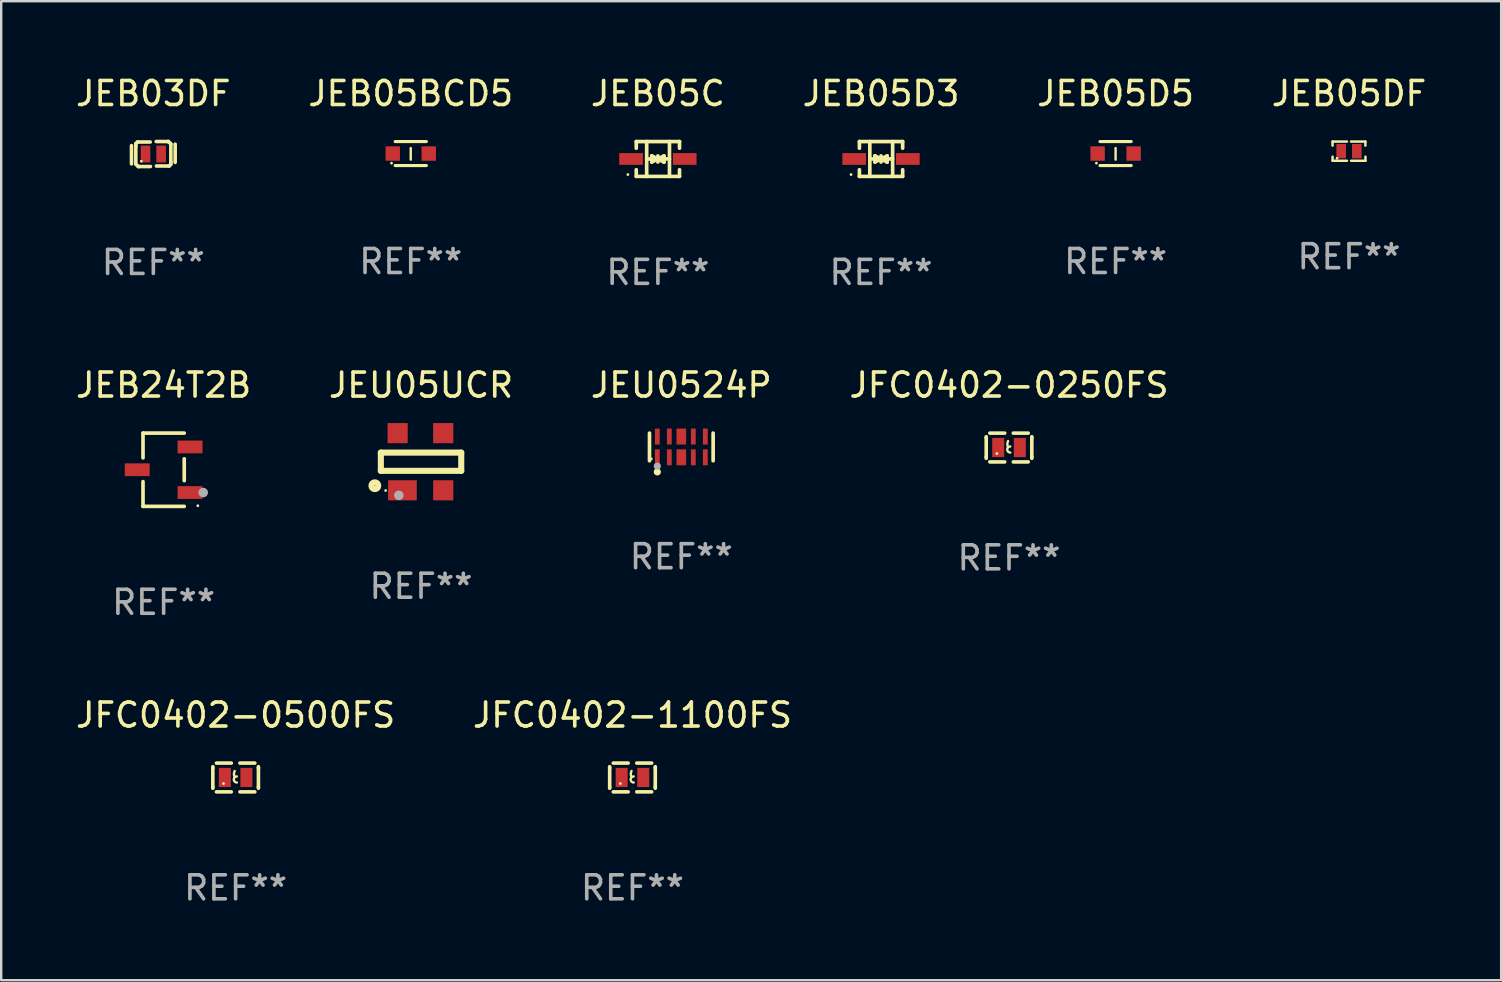
<source format=kicad_pcb>
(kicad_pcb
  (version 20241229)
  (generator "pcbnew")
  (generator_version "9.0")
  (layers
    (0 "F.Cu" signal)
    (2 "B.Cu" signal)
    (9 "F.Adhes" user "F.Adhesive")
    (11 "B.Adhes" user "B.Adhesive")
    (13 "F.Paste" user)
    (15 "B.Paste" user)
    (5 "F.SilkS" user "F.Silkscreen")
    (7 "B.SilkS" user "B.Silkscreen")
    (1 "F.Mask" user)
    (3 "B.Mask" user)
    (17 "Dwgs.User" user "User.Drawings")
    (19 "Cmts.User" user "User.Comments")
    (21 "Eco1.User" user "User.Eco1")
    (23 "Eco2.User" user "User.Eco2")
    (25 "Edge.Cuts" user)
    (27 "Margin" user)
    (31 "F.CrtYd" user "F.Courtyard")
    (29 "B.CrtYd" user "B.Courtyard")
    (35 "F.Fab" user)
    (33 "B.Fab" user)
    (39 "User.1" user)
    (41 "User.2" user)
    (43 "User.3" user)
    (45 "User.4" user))
  (footprint "JFC0402-0250FS"
    (layer "F.Cu")
    (at 38.994 15.597)
    (property "Reference" "JFC0402-0250FS" (at 0 -2.6 0) (layer "F.SilkS") (effects (font (size 1 1) (thickness 0.15))))
    (attr through_hole)
    (fp_line (start -0.95 -0.45) (end -0.95 -0.4) (stroke (width 0.15) (type solid)) (layer "F.SilkS"))
    (fp_line (start -0.95 -0.4) (end -0.95 0.4) (stroke (width 0.15) (type solid)) (layer "F.SilkS"))
    (fp_line (start -0.95 0.45) (end -0.95 0.4) (stroke (width 0.15) (type solid)) (layer "F.SilkS"))
    (fp_line (start -0.18 -0.6) (end -0.8 -0.6) (stroke (width 0.15) (type solid)) (layer "F.SilkS"))
    (fp_line (start -0.18 0.6) (end -0.8 0.6) (stroke (width 0.15) (type solid)) (layer "F.SilkS"))
    (fp_line (start 0.18 -0.6) (end 0.8 -0.6) (stroke (width 0.15) (type solid)) (layer "F.SilkS"))
    (fp_line (start 0.18 0.6) (end 0.8 0.6) (stroke (width 0.15) (type solid)) (layer "F.SilkS"))
    (fp_line (start 0.95 -0.45) (end 0.95 -0.4) (stroke (width 0.15) (type solid)) (layer "F.SilkS"))
    (fp_line (start 0.95 -0.4) (end 0.95 0.4) (stroke (width 0.15) (type solid)) (layer "F.SilkS"))
    (fp_line (start 0.95 0.45) (end 0.95 0.4) (stroke (width 0.15) (type solid)) (layer "F.SilkS"))
    (fp_arc (start -0.039942 -0.016052) (mid -0.069923 -0.143053) (end -0.039942 -0.270053) (stroke (width 0.1) (type solid)) (layer "F.SilkS"))
    (fp_arc (start 0.050076 0.209957) (mid -0.076924 0.082957) (end 0.050076 -0.044043) (stroke (width 0.1) (type solid)) (layer "F.SilkS"))
    (fp_circle (center -0.505 0.253) (end -0.475 0.253) (stroke (width 0.06) (type solid)) (fill no) (layer "F.SilkS"))
    (fp_text user "REF**" (at 0 4.6 0) (layer "F.Fab") (effects (font (size 1 1) (thickness 0.15))))
    (pad "1" smd rect (at -0.45 -0.000051) (size 0.5 0.8) (layers "F.Cu" "F.Mask" "F.Paste"))
    (pad "2" smd rect (at 0.45 -0.000051) (size 0.5 0.8) (layers "F.Cu" "F.Mask" "F.Paste")))
  (footprint "JEB05DF"
    (layer "F.Cu")
    (at 53.161 3.248)
    (property "Reference" "JEB05DF" (at 0 -2.4 0) (layer "F.SilkS") (effects (font (size 1 1) (thickness 0.15))))
    (attr through_hole)
    (fp_line (start -0.685 -0.4) (end -0.685 -0.23) (stroke (width 0.102) (type solid)) (layer "F.SilkS"))
    (fp_line (start -0.685 0.4) (end -0.685 0.23) (stroke (width 0.102) (type solid)) (layer "F.SilkS"))
    (fp_line (start -0.085 -0.4) (end -0.685 -0.4) (stroke (width 0.102) (type solid)) (layer "F.SilkS"))
    (fp_line (start -0.085 0.4) (end -0.685 0.4) (stroke (width 0.102) (type solid)) (layer "F.SilkS"))
    (fp_line (start 0.082 -0.4) (end 0.682 -0.4) (stroke (width 0.102) (type solid)) (layer "F.SilkS"))
    (fp_line (start 0.085 0.4) (end 0.685 0.4) (stroke (width 0.102) (type solid)) (layer "F.SilkS"))
    (fp_line (start 0.682 -0.4) (end 0.682 -0.23) (stroke (width 0.102) (type solid)) (layer "F.SilkS"))
    (fp_line (start 0.685 0.4) (end 0.685 0.23) (stroke (width 0.102) (type solid)) (layer "F.SilkS"))
    (fp_circle (center -0.5 0.3) (end -0.47 0.3) (stroke (width 0.06) (type solid)) (fill no) (layer "F.SilkS"))
    (fp_text user "REF**" (at 0 4.4 0) (layer "F.Fab") (effects (font (size 1 1) (thickness 0.15))))
    (pad "1" smd rect (at -0.325 0) (size 0.4 0.6) (layers "F.Cu" "F.Mask" "F.Paste"))
    (pad "2" smd rect (at 0.325 0) (size 0.4 0.6) (layers "F.Cu" "F.Mask" "F.Paste")))
  (footprint "JEB05D3"
    (layer "F.Cu")
    (at 33.661 3.574)
    (property "Reference" "JEB05D3" (at 0 -2.726 0) (layer "F.SilkS") (effects (font (size 1 1) (thickness 0.15))))
    (attr through_hole)
    (fp_line (start -0.901 -0.726) (end -0.901 -0.448) (stroke (width 0.152) (type solid)) (layer "F.SilkS"))
    (fp_line (start -0.901 0.726) (end -0.901 0.448) (stroke (width 0.152) (type solid)) (layer "F.SilkS"))
    (fp_line (start -0.467 0) (end 0.483 -0.003) (stroke (width 0.154) (type solid)) (layer "F.SilkS"))
    (fp_line (start -0.467 0.726) (end -0.467 -0.726) (stroke (width 0.152) (type solid)) (layer "F.SilkS"))
    (fp_line (start -0.254 -0.127) (end -0.254 -0.127) (stroke (width 0.154) (type solid)) (layer "F.SilkS"))
    (fp_line (start -0.254 -0.127) (end -0.002 -0.003) (stroke (width 0.154) (type solid)) (layer "F.SilkS"))
    (fp_line (start -0.254 0.127) (end -0.254 -0.127) (stroke (width 0.154) (type solid)) (layer "F.SilkS"))
    (fp_line (start -0.127 0) (end 0.003 0) (stroke (width 0.154) (type solid)) (layer "F.SilkS"))
    (fp_line (start -0.003 0) (end -0.254 0.127) (stroke (width 0.154) (type solid)) (layer "F.SilkS"))
    (fp_line (start 0 -0.127) (end 0 0.127) (stroke (width 0.154) (type solid)) (layer "F.SilkS"))
    (fp_line (start 0.003 0) (end 0.254 -0.127) (stroke (width 0.154) (type solid)) (layer "F.SilkS"))
    (fp_line (start 0.127 0) (end -0.003 0) (stroke (width 0.154) (type solid)) (layer "F.SilkS"))
    (fp_line (start 0.254 -0.127) (end 0.254 0.127) (stroke (width 0.154) (type solid)) (layer "F.SilkS"))
    (fp_line (start 0.254 0.127) (end 0.002 0.003) (stroke (width 0.154) (type solid)) (layer "F.SilkS"))
    (fp_line (start 0.254 0.127) (end 0.254 0.127) (stroke (width 0.154) (type solid)) (layer "F.SilkS"))
    (fp_line (start 0.483 0.726) (end 0.483 -0.726) (stroke (width 0.152) (type solid)) (layer "F.SilkS"))
    (fp_line (start 0.901 -0.726) (end -0.901 -0.726) (stroke (width 0.152) (type solid)) (layer "F.SilkS"))
    (fp_line (start 0.901 -0.726) (end 0.901 -0.448) (stroke (width 0.152) (type solid)) (layer "F.SilkS"))
    (fp_line (start 0.901 0.726) (end -0.901 0.726) (stroke (width 0.152) (type solid)) (layer "F.SilkS"))
    (fp_line (start 0.901 0.726) (end 0.901 0.448) (stroke (width 0.152) (type solid)) (layer "F.SilkS"))
    (fp_circle (center -1.25 0.65) (end -1.22 0.65) (stroke (width 0.06) (type solid)) (fill no) (layer "F.SilkS"))
    (fp_text user "REF**" (at 0 4.726 0) (layer "F.Fab") (effects (font (size 1 1) (thickness 0.15))))
    (pad "1" smd rect (at -1.118 0) (size 0.985 0.49) (layers "F.Cu" "F.Mask" "F.Paste"))
    (pad "2" smd rect (at 1.118 0) (size 0.985 0.49) (layers "F.Cu" "F.Mask" "F.Paste")))
  (footprint "JFC0402-0500FS"
    (layer "F.Cu")
    (at 6.768 29.346)
    (property "Reference" "JFC0402-0500FS" (at 0 -2.6 0) (layer "F.SilkS") (effects (font (size 1 1) (thickness 0.15))))
    (attr through_hole)
    (fp_line (start -0.95 -0.45) (end -0.95 -0.4) (stroke (width 0.15) (type solid)) (layer "F.SilkS"))
    (fp_line (start -0.95 -0.4) (end -0.95 0.4) (stroke (width 0.15) (type solid)) (layer "F.SilkS"))
    (fp_line (start -0.95 0.45) (end -0.95 0.4) (stroke (width 0.15) (type solid)) (layer "F.SilkS"))
    (fp_line (start -0.18 -0.6) (end -0.8 -0.6) (stroke (width 0.15) (type solid)) (layer "F.SilkS"))
    (fp_line (start -0.18 0.6) (end -0.8 0.6) (stroke (width 0.15) (type solid)) (layer "F.SilkS"))
    (fp_line (start 0.18 -0.6) (end 0.8 -0.6) (stroke (width 0.15) (type solid)) (layer "F.SilkS"))
    (fp_line (start 0.18 0.6) (end 0.8 0.6) (stroke (width 0.15) (type solid)) (layer "F.SilkS"))
    (fp_line (start 0.95 -0.45) (end 0.95 -0.4) (stroke (width 0.15) (type solid)) (layer "F.SilkS"))
    (fp_line (start 0.95 -0.4) (end 0.95 0.4) (stroke (width 0.15) (type solid)) (layer "F.SilkS"))
    (fp_line (start 0.95 0.45) (end 0.95 0.4) (stroke (width 0.15) (type solid)) (layer "F.SilkS"))
    (fp_arc (start -0.039942 -0.016052) (mid -0.069923 -0.143053) (end -0.039942 -0.270053) (stroke (width 0.1) (type solid)) (layer "F.SilkS"))
    (fp_arc (start 0.050076 0.209957) (mid -0.076924 0.082957) (end 0.050076 -0.044043) (stroke (width 0.1) (type solid)) (layer "F.SilkS"))
    (fp_circle (center -0.505 0.253) (end -0.475 0.253) (stroke (width 0.06) (type solid)) (fill no) (layer "F.SilkS"))
    (fp_text user "REF**" (at 0 4.6 0) (layer "F.Fab") (effects (font (size 1 1) (thickness 0.15))))
    (pad "1" smd rect (at -0.45 -0.000051) (size 0.5 0.8) (layers "F.Cu" "F.Mask" "F.Paste"))
    (pad "2" smd rect (at 0.45 -0.000051) (size 0.5 0.8) (layers "F.Cu" "F.Mask" "F.Paste")))
  (footprint "JEU0524P"
    (layer "F.Cu")
    (at 25.339 15.573)
    (property "Reference" "JEU0524P" (at 0 -2.576 0) (layer "F.SilkS") (effects (font (size 1 1) (thickness 0.15))))
    (attr through_hole)
    (fp_line (start -1.326 0.576) (end -1.326 -0.576) (stroke (width 0.152) (type solid)) (layer "F.SilkS"))
    (fp_line (start 1.326 0.576) (end 1.326 -0.576) (stroke (width 0.152) (type solid)) (layer "F.SilkS"))
    (fp_circle (center -1.25 0.5) (end -1.22 0.5) (stroke (width 0.06) (type solid)) (fill no) (layer "F.SilkS"))
    (fp_circle (center -1 1.04) (end -0.925 1.04) (stroke (width 0.15) (type solid)) (fill no) (layer "F.SilkS"))
    (fp_circle (center -1 0.8) (end -0.925 0.8) (stroke (width 0.15) (type solid)) (fill no) (layer "F.Fab"))
    (fp_text user "REF**" (at 0 4.576 0) (layer "F.Fab") (effects (font (size 1 1) (thickness 0.15))))
    (pad "1" smd rect (at -1 0.433) (size 0.2 0.665) (layers "F.Cu" "F.Mask" "F.Paste"))
    (pad "2" smd rect (at -0.5 0.433) (size 0.2 0.665) (layers "F.Cu" "F.Mask" "F.Paste"))
    (pad "3" smd rect (at 0 0.433) (size 0.4 0.665) (layers "F.Cu" "F.Mask" "F.Paste"))
    (pad "4" smd rect (at 0.5 0.433) (size 0.2 0.665) (layers "F.Cu" "F.Mask" "F.Paste"))
    (pad "5" smd rect (at 1 0.433) (size 0.2 0.665) (layers "F.Cu" "F.Mask" "F.Paste"))
    (pad "6" smd rect (at 1 -0.433) (size 0.2 0.665) (layers "F.Cu" "F.Mask" "F.Paste"))
    (pad "7" smd rect (at 0.5 -0.433) (size 0.2 0.665) (layers "F.Cu" "F.Mask" "F.Paste"))
    (pad "8" smd rect (at 0 -0.433) (size 0.4 0.665) (layers "F.Cu" "F.Mask" "F.Paste"))
    (pad "9" smd rect (at -0.5 -0.433) (size 0.2 0.665) (layers "F.Cu" "F.Mask" "F.Paste"))
    (pad "10" smd rect (at -1 -0.433) (size 0.2 0.665) (layers "F.Cu" "F.Mask" "F.Paste")))
  (footprint "JEB05C"
    (layer "F.Cu")
    (at 24.363 3.574)
    (property "Reference" "JEB05C" (at 0 -2.726 0) (layer "F.SilkS") (effects (font (size 1 1) (thickness 0.15))))
    (attr through_hole)
    (fp_line (start -0.901 -0.726) (end -0.901 -0.448) (stroke (width 0.152) (type solid)) (layer "F.SilkS"))
    (fp_line (start -0.901 0.726) (end -0.901 0.448) (stroke (width 0.152) (type solid)) (layer "F.SilkS"))
    (fp_line (start -0.467 0) (end 0.483 -0.003) (stroke (width 0.154) (type solid)) (layer "F.SilkS"))
    (fp_line (start -0.467 0.726) (end -0.467 -0.726) (stroke (width 0.152) (type solid)) (layer "F.SilkS"))
    (fp_line (start -0.254 -0.127) (end -0.254 -0.127) (stroke (width 0.154) (type solid)) (layer "F.SilkS"))
    (fp_line (start -0.254 -0.127) (end -0.002 -0.003) (stroke (width 0.154) (type solid)) (layer "F.SilkS"))
    (fp_line (start -0.254 0.127) (end -0.254 -0.127) (stroke (width 0.154) (type solid)) (layer "F.SilkS"))
    (fp_line (start -0.127 0) (end 0.003 0) (stroke (width 0.154) (type solid)) (layer "F.SilkS"))
    (fp_line (start -0.003 0) (end -0.254 0.127) (stroke (width 0.154) (type solid)) (layer "F.SilkS"))
    (fp_line (start 0 -0.127) (end 0 0.127) (stroke (width 0.154) (type solid)) (layer "F.SilkS"))
    (fp_line (start 0.003 0) (end 0.254 -0.127) (stroke (width 0.154) (type solid)) (layer "F.SilkS"))
    (fp_line (start 0.127 0) (end -0.003 0) (stroke (width 0.154) (type solid)) (layer "F.SilkS"))
    (fp_line (start 0.254 -0.127) (end 0.254 0.127) (stroke (width 0.154) (type solid)) (layer "F.SilkS"))
    (fp_line (start 0.254 0.127) (end 0.002 0.003) (stroke (width 0.154) (type solid)) (layer "F.SilkS"))
    (fp_line (start 0.254 0.127) (end 0.254 0.127) (stroke (width 0.154) (type solid)) (layer "F.SilkS"))
    (fp_line (start 0.483 0.726) (end 0.483 -0.726) (stroke (width 0.152) (type solid)) (layer "F.SilkS"))
    (fp_line (start 0.901 -0.726) (end -0.901 -0.726) (stroke (width 0.152) (type solid)) (layer "F.SilkS"))
    (fp_line (start 0.901 -0.726) (end 0.901 -0.448) (stroke (width 0.152) (type solid)) (layer "F.SilkS"))
    (fp_line (start 0.901 0.726) (end -0.901 0.726) (stroke (width 0.152) (type solid)) (layer "F.SilkS"))
    (fp_line (start 0.901 0.726) (end 0.901 0.448) (stroke (width 0.152) (type solid)) (layer "F.SilkS"))
    (fp_circle (center -1.25 0.65) (end -1.22 0.65) (stroke (width 0.06) (type solid)) (fill no) (layer "F.SilkS"))
    (fp_text user "REF**" (at 0 4.726 0) (layer "F.Fab") (effects (font (size 1 1) (thickness 0.15))))
    (pad "1" smd rect (at -1.118 0) (size 0.985 0.49) (layers "F.Cu" "F.Mask" "F.Paste"))
    (pad "2" smd rect (at 1.118 0) (size 0.985 0.49) (layers "F.Cu" "F.Mask" "F.Paste")))
  (footprint "JEB05BCD5"
    (layer "F.Cu")
    (at 14.065 3.348)
    (property "Reference" "JEB05BCD5" (at 0 -2.5 0) (layer "F.SilkS") (effects (font (size 1 1) (thickness 0.15))))
    (attr through_hole)
    (fp_line (start -0.65 -0.5) (end 0.65 -0.5) (stroke (width 0.13) (type solid)) (layer "F.SilkS"))
    (fp_line (start -0.65 0.5) (end 0.65 0.5) (stroke (width 0.13) (type solid)) (layer "F.SilkS"))
    (fp_line (start 0 -0.229) (end 0 0.254) (stroke (width 0.1) (type solid)) (layer "F.SilkS"))
    (fp_circle (center -0.8 0.4) (end -0.77 0.4) (stroke (width 0.06) (type solid)) (fill no) (layer "F.SilkS"))
    (fp_text user "REF**" (at 0 4.5 0) (layer "F.Fab") (effects (font (size 1 1) (thickness 0.15))))
    (pad "1" smd rect (at -0.75 0) (size 0.6 0.6) (layers "F.Cu" "F.Mask" "F.Paste"))
    (pad "2" smd rect (at 0.75 0 180) (size 0.6 0.6) (layers "F.Cu" "F.Mask" "F.Paste")))
  (footprint "JEU05UCR"
    (layer "F.Cu")
    (at 14.494 16.189)
    (property "Reference" "JEU05UCR" (at 0 -3.191 0) (layer "F.SilkS") (effects (font (size 1 1) (thickness 0.15))))
    (attr through_hole)
    (fp_line (start -1.675 -0.38) (end -1.675 0.38) (stroke (width 0.254) (type solid)) (layer "F.SilkS"))
    (fp_line (start -1.675 -0.38) (end 1.675 -0.38) (stroke (width 0.254) (type solid)) (layer "F.SilkS"))
    (fp_line (start -1.675 0.38) (end 1.675 0.38) (stroke (width 0.254) (type solid)) (layer "F.SilkS"))
    (fp_line (start 1.675 -0.38) (end 1.675 0.38) (stroke (width 0.254) (type solid)) (layer "F.SilkS"))
    (fp_circle (center -1.925 1) (end -1.783 1) (stroke (width 0.254) (type solid)) (fill no) (layer "F.SilkS"))
    (fp_circle (center -1.475 1.2) (end -1.445 1.2) (stroke (width 0.06) (type solid)) (fill no) (layer "F.SilkS"))
    (fp_circle (center -0.925 1.4) (end -0.825 1.4) (stroke (width 0.2) (type solid)) (fill no) (layer "F.Fab"))
    (fp_text user "REF**" (at 0 5.191 0) (layer "F.Fab") (effects (font (size 1 1) (thickness 0.15))))
    (pad "1" smd rect (at -0.775 1.191) (size 1.194 0.838) (layers "F.Cu" "F.Mask" "F.Paste"))
    (pad "2" smd rect (at 0.925 1.191) (size 0.838 0.838) (layers "F.Cu" "F.Mask" "F.Paste"))
    (pad "3" smd rect (at 0.925 -1.191) (size 0.838 0.838) (layers "F.Cu" "F.Mask" "F.Paste"))
    (pad "4" smd rect (at -0.975 -1.191) (size 0.838 0.838) (layers "F.Cu" "F.Mask" "F.Paste")))
  (footprint "JEB24T2B"
    (layer "F.Cu")
    (at 3.768 16.523)
    (property "Reference" "JEB24T2B" (at 0 -3.526 0) (layer "F.SilkS") (effects (font (size 1 1) (thickness 0.15))))
    (attr through_hole)
    (fp_line (start -0.859 -1.526) (end -0.859 -0.495) (stroke (width 0.152) (type solid)) (layer "F.SilkS"))
    (fp_line (start -0.859 1.526) (end -0.859 0.495) (stroke (width 0.152) (type solid)) (layer "F.SilkS"))
    (fp_line (start 0.859 -1.526) (end -0.859 -1.526) (stroke (width 0.152) (type solid)) (layer "F.SilkS"))
    (fp_line (start 0.859 -0.455) (end 0.859 0.455) (stroke (width 0.152) (type solid)) (layer "F.SilkS"))
    (fp_line (start 0.859 1.526) (end -0.859 1.526) (stroke (width 0.152) (type solid)) (layer "F.SilkS"))
    (fp_circle (center 1.425 1.5) (end 1.455 1.5) (stroke (width 0.06) (type solid)) (fill no) (layer "F.SilkS"))
    (fp_circle (center 1.65 0.95) (end 1.75 0.95) (stroke (width 0.2) (type solid)) (fill no) (layer "F.Fab"))
    (fp_text user "REF**" (at 0 5.526 0) (layer "F.Fab") (effects (font (size 1 1) (thickness 0.15))))
    (pad "1" smd rect (at 1.101 0.95) (size 1.037 0.532) (layers "F.Cu" "F.Mask" "F.Paste"))
    (pad "2" smd rect (at 1.101 -0.95) (size 1.037 0.532) (layers "F.Cu" "F.Mask" "F.Paste"))
    (pad "3" smd rect (at -1.101 0) (size 1.037 0.532) (layers "F.Cu" "F.Mask" "F.Paste")))
  (footprint "JFC0402-1100FS"
    (layer "F.Cu")
    (at 23.304 29.346)
    (property "Reference" "JFC0402-1100FS" (at 0 -2.6 0) (layer "F.SilkS") (effects (font (size 1 1) (thickness 0.15))))
    (attr through_hole)
    (fp_line (start -0.95 -0.45) (end -0.95 -0.4) (stroke (width 0.15) (type solid)) (layer "F.SilkS"))
    (fp_line (start -0.95 -0.4) (end -0.95 0.4) (stroke (width 0.15) (type solid)) (layer "F.SilkS"))
    (fp_line (start -0.95 0.45) (end -0.95 0.4) (stroke (width 0.15) (type solid)) (layer "F.SilkS"))
    (fp_line (start -0.18 -0.6) (end -0.8 -0.6) (stroke (width 0.15) (type solid)) (layer "F.SilkS"))
    (fp_line (start -0.18 0.6) (end -0.8 0.6) (stroke (width 0.15) (type solid)) (layer "F.SilkS"))
    (fp_line (start 0.18 -0.6) (end 0.8 -0.6) (stroke (width 0.15) (type solid)) (layer "F.SilkS"))
    (fp_line (start 0.18 0.6) (end 0.8 0.6) (stroke (width 0.15) (type solid)) (layer "F.SilkS"))
    (fp_line (start 0.95 -0.45) (end 0.95 -0.4) (stroke (width 0.15) (type solid)) (layer "F.SilkS"))
    (fp_line (start 0.95 -0.4) (end 0.95 0.4) (stroke (width 0.15) (type solid)) (layer "F.SilkS"))
    (fp_line (start 0.95 0.45) (end 0.95 0.4) (stroke (width 0.15) (type solid)) (layer "F.SilkS"))
    (fp_arc (start -0.039942 -0.016052) (mid -0.069923 -0.143053) (end -0.039942 -0.270053) (stroke (width 0.1) (type solid)) (layer "F.SilkS"))
    (fp_arc (start 0.050076 0.209957) (mid -0.076924 0.082957) (end 0.050076 -0.044043) (stroke (width 0.1) (type solid)) (layer "F.SilkS"))
    (fp_circle (center -0.505 0.253) (end -0.475 0.253) (stroke (width 0.06) (type solid)) (fill no) (layer "F.SilkS"))
    (fp_text user "REF**" (at 0 4.6 0) (layer "F.Fab") (effects (font (size 1 1) (thickness 0.15))))
    (pad "1" smd rect (at -0.45 -0.000051) (size 0.5 0.8) (layers "F.Cu" "F.Mask" "F.Paste"))
    (pad "2" smd rect (at 0.45 -0.000051) (size 0.5 0.8) (layers "F.Cu" "F.Mask" "F.Paste")))
  (footprint "JEB05D5"
    (layer "F.Cu")
    (at 43.435 3.348)
    (property "Reference" "JEB05D5" (at 0 -2.5 0) (layer "F.SilkS") (effects (font (size 1 1) (thickness 0.15))))
    (attr through_hole)
    (fp_line (start -0.65 -0.5) (end 0.65 -0.5) (stroke (width 0.13) (type solid)) (layer "F.SilkS"))
    (fp_line (start -0.65 0.5) (end 0.65 0.5) (stroke (width 0.13) (type solid)) (layer "F.SilkS"))
    (fp_line (start 0 -0.229) (end 0 0.254) (stroke (width 0.1) (type solid)) (layer "F.SilkS"))
    (fp_circle (center -0.8 0.4) (end -0.77 0.4) (stroke (width 0.06) (type solid)) (fill no) (layer "F.SilkS"))
    (fp_text user "REF**" (at 0 4.5 0) (layer "F.Fab") (effects (font (size 1 1) (thickness 0.15))))
    (pad "1" smd rect (at -0.75 0) (size 0.6 0.6) (layers "F.Cu" "F.Mask" "F.Paste"))
    (pad "2" smd rect (at 0.75 0 180) (size 0.6 0.6) (layers "F.Cu" "F.Mask" "F.Paste")))
  (footprint "JEB03DF"
    (layer "F.Cu")
    (at 3.339 3.368)
    (property "Reference" "JEB03DF" (at 0 -2.52 0) (layer "F.SilkS") (effects (font (size 1 1) (thickness 0.15))))
    (attr through_hole)
    (fp_line (start -0.91 0.41) (end -0.91 -0.35) (stroke (width 0.15) (type solid)) (layer "F.SilkS"))
    (fp_line (start -0.73 -0.43) (end -0.66 -0.5) (stroke (width 0.15) (type solid)) (layer "F.SilkS"))
    (fp_line (start -0.73 -0.32) (end -0.73 -0.43) (stroke (width 0.15) (type solid)) (layer "F.SilkS"))
    (fp_line (start -0.73 0.42) (end -0.73 -0.32) (stroke (width 0.15) (type solid)) (layer "F.SilkS"))
    (fp_line (start -0.66 -0.5) (end -0.13 -0.5) (stroke (width 0.15) (type solid)) (layer "F.SilkS"))
    (fp_line (start -0.63 0.52) (end -0.73 0.42) (stroke (width 0.15) (type solid)) (layer "F.SilkS"))
    (fp_line (start -0.6 0.52) (end -0.63 0.52) (stroke (width 0.15) (type solid)) (layer "F.SilkS"))
    (fp_line (start -0.12 0.52) (end -0.6 0.52) (stroke (width 0.15) (type solid)) (layer "F.SilkS"))
    (fp_line (start 0.12 -0.52) (end 0.6 -0.52) (stroke (width 0.15) (type solid)) (layer "F.SilkS"))
    (fp_line (start 0.6 -0.52) (end 0.63 -0.52) (stroke (width 0.15) (type solid)) (layer "F.SilkS"))
    (fp_line (start 0.63 -0.52) (end 0.73 -0.42) (stroke (width 0.15) (type solid)) (layer "F.SilkS"))
    (fp_line (start 0.66 0.5) (end 0.13 0.5) (stroke (width 0.15) (type solid)) (layer "F.SilkS"))
    (fp_line (start 0.73 -0.42) (end 0.73 0.32) (stroke (width 0.15) (type solid)) (layer "F.SilkS"))
    (fp_line (start 0.73 0.32) (end 0.73 0.43) (stroke (width 0.15) (type solid)) (layer "F.SilkS"))
    (fp_line (start 0.73 0.43) (end 0.66 0.5) (stroke (width 0.15) (type solid)) (layer "F.SilkS"))
    (fp_line (start 0.91 -0.41) (end 0.91 0.35) (stroke (width 0.15) (type solid)) (layer "F.SilkS"))
    (fp_circle (center -0.5 0.3) (end -0.47 0.3) (stroke (width 0.06) (type solid)) (fill no) (layer "F.SilkS"))
    (fp_text user "REF**" (at 0 4.52 0) (layer "F.Fab") (effects (font (size 1 1) (thickness 0.15))))
    (pad "1" smd rect (at -0.325 0.000013) (size 0.4 0.7) (layers "F.Cu" "F.Mask" "F.Paste"))
    (pad "2" smd rect (at 0.325 0.000013) (size 0.4 0.7) (layers "F.Cu" "F.Mask" "F.Paste")))
  (gr_rect
    (start -3 -3)
    (end 59.5 37.794)
    (stroke (width 0.1) (type default))
    (fill no)
    (layer "Edge.Cuts")))
</source>
